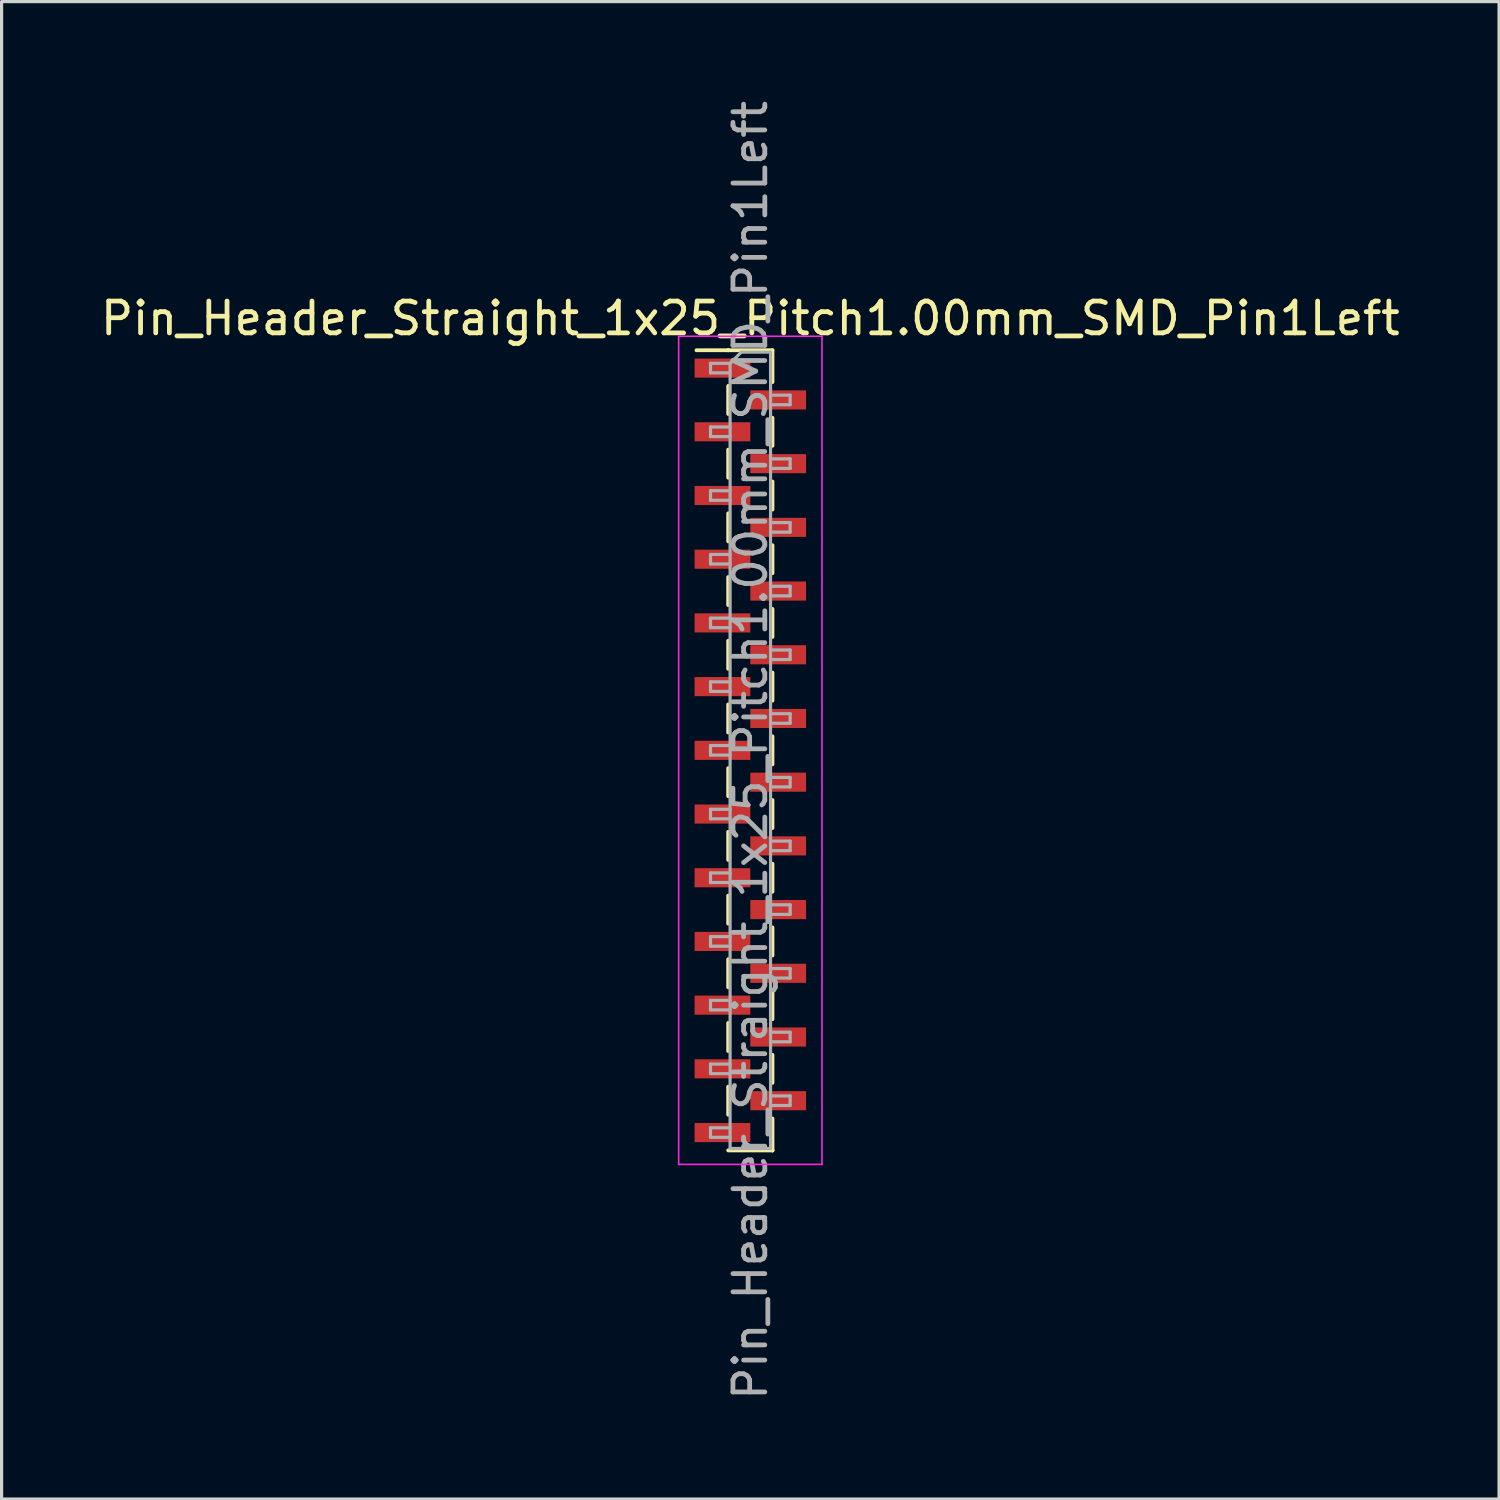
<source format=kicad_pcb>
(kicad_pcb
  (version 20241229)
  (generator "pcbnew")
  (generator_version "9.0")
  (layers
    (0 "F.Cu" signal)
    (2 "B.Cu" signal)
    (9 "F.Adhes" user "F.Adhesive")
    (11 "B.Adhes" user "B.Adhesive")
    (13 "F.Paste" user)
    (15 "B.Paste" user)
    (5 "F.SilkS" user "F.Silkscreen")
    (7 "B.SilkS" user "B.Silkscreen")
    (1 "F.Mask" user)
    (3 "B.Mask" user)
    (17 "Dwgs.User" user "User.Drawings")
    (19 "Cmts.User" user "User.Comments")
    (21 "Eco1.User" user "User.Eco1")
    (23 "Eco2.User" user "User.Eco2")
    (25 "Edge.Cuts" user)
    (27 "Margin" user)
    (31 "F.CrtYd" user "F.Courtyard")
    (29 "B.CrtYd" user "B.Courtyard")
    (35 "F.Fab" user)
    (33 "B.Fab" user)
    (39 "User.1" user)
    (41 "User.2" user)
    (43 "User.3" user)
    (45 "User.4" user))
  (footprint "Pin_Header_Straight_1x25_Pitch1.00mm_SMD_Pin1Left"
    (layer "F.Cu")
    (at 20.506 20.506)
    (property "Reference" "Pin_Header_Straight_1x25_Pitch1.00mm_SMD_Pin1Left" (at 0 -13.56 0) (layer "F.SilkS") (effects (font (size 1 1) (thickness 0.15))))
    (attr smd)
    (fp_line (start -0.695 -12.56) (end -1.69 -12.56) (stroke (width 0.12) (type solid)) (layer "F.SilkS"))
    (fp_line (start -0.695 -12.56) (end -0.695 -12.56) (stroke (width 0.12) (type solid)) (layer "F.SilkS"))
    (fp_line (start -0.695 -12.56) (end 0.695 -12.56) (stroke (width 0.12) (type solid)) (layer "F.SilkS"))
    (fp_line (start -0.695 -11.44) (end -0.695 -10.56) (stroke (width 0.12) (type solid)) (layer "F.SilkS"))
    (fp_line (start -0.695 -9.44) (end -0.695 -8.56) (stroke (width 0.12) (type solid)) (layer "F.SilkS"))
    (fp_line (start -0.695 -7.44) (end -0.695 -6.56) (stroke (width 0.12) (type solid)) (layer "F.SilkS"))
    (fp_line (start -0.695 -5.44) (end -0.695 -4.56) (stroke (width 0.12) (type solid)) (layer "F.SilkS"))
    (fp_line (start -0.695 -3.44) (end -0.695 -2.56) (stroke (width 0.12) (type solid)) (layer "F.SilkS"))
    (fp_line (start -0.695 -1.44) (end -0.695 -0.56) (stroke (width 0.12) (type solid)) (layer "F.SilkS"))
    (fp_line (start -0.695 0.56) (end -0.695 1.44) (stroke (width 0.12) (type solid)) (layer "F.SilkS"))
    (fp_line (start -0.695 2.56) (end -0.695 3.44) (stroke (width 0.12) (type solid)) (layer "F.SilkS"))
    (fp_line (start -0.695 4.56) (end -0.695 5.44) (stroke (width 0.12) (type solid)) (layer "F.SilkS"))
    (fp_line (start -0.695 6.56) (end -0.695 7.44) (stroke (width 0.12) (type solid)) (layer "F.SilkS"))
    (fp_line (start -0.695 8.56) (end -0.695 9.44) (stroke (width 0.12) (type solid)) (layer "F.SilkS"))
    (fp_line (start -0.695 10.56) (end -0.695 11.44) (stroke (width 0.12) (type solid)) (layer "F.SilkS"))
    (fp_line (start -0.695 12.56) (end 0.695 12.56) (stroke (width 0.12) (type solid)) (layer "F.SilkS"))
    (fp_line (start 0.695 -12.56) (end 0.695 -11.56) (stroke (width 0.12) (type solid)) (layer "F.SilkS"))
    (fp_line (start 0.695 -10.44) (end 0.695 -9.56) (stroke (width 0.12) (type solid)) (layer "F.SilkS"))
    (fp_line (start 0.695 -8.44) (end 0.695 -7.56) (stroke (width 0.12) (type solid)) (layer "F.SilkS"))
    (fp_line (start 0.695 -6.44) (end 0.695 -5.56) (stroke (width 0.12) (type solid)) (layer "F.SilkS"))
    (fp_line (start 0.695 -4.44) (end 0.695 -3.56) (stroke (width 0.12) (type solid)) (layer "F.SilkS"))
    (fp_line (start 0.695 -2.44) (end 0.695 -1.56) (stroke (width 0.12) (type solid)) (layer "F.SilkS"))
    (fp_line (start 0.695 -0.44) (end 0.695 0.44) (stroke (width 0.12) (type solid)) (layer "F.SilkS"))
    (fp_line (start 0.695 1.56) (end 0.695 2.44) (stroke (width 0.12) (type solid)) (layer "F.SilkS"))
    (fp_line (start 0.695 3.56) (end 0.695 4.44) (stroke (width 0.12) (type solid)) (layer "F.SilkS"))
    (fp_line (start 0.695 5.56) (end 0.695 6.44) (stroke (width 0.12) (type solid)) (layer "F.SilkS"))
    (fp_line (start 0.695 7.56) (end 0.695 8.44) (stroke (width 0.12) (type solid)) (layer "F.SilkS"))
    (fp_line (start 0.695 9.56) (end 0.695 10.44) (stroke (width 0.12) (type solid)) (layer "F.SilkS"))
    (fp_line (start 0.695 11.56) (end 0.695 12.56) (stroke (width 0.12) (type solid)) (layer "F.SilkS"))
    (fp_line (start 0.695 12.56) (end 0.695 12.56) (stroke (width 0.12) (type solid)) (layer "F.SilkS"))
    (fp_line (start -2.25 -13) (end -2.25 13) (stroke (width 0.05) (type solid)) (layer "F.CrtYd"))
    (fp_line (start -2.25 13) (end 2.25 13) (stroke (width 0.05) (type solid)) (layer "F.CrtYd"))
    (fp_line (start 2.25 -13) (end -2.25 -13) (stroke (width 0.05) (type solid)) (layer "F.CrtYd"))
    (fp_line (start 2.25 13) (end 2.25 -13) (stroke (width 0.05) (type solid)) (layer "F.CrtYd"))
    (fp_line (start -1.25 -12.15) (end -1.25 -11.85) (stroke (width 0.1) (type solid)) (layer "F.Fab"))
    (fp_line (start -1.25 -11.85) (end -0.635 -11.85) (stroke (width 0.1) (type solid)) (layer "F.Fab"))
    (fp_line (start -1.25 -10.15) (end -1.25 -9.85) (stroke (width 0.1) (type solid)) (layer "F.Fab"))
    (fp_line (start -1.25 -9.85) (end -0.635 -9.85) (stroke (width 0.1) (type solid)) (layer "F.Fab"))
    (fp_line (start -1.25 -8.15) (end -1.25 -7.85) (stroke (width 0.1) (type solid)) (layer "F.Fab"))
    (fp_line (start -1.25 -7.85) (end -0.635 -7.85) (stroke (width 0.1) (type solid)) (layer "F.Fab"))
    (fp_line (start -1.25 -6.15) (end -1.25 -5.85) (stroke (width 0.1) (type solid)) (layer "F.Fab"))
    (fp_line (start -1.25 -5.85) (end -0.635 -5.85) (stroke (width 0.1) (type solid)) (layer "F.Fab"))
    (fp_line (start -1.25 -4.15) (end -1.25 -3.85) (stroke (width 0.1) (type solid)) (layer "F.Fab"))
    (fp_line (start -1.25 -3.85) (end -0.635 -3.85) (stroke (width 0.1) (type solid)) (layer "F.Fab"))
    (fp_line (start -1.25 -2.15) (end -1.25 -1.85) (stroke (width 0.1) (type solid)) (layer "F.Fab"))
    (fp_line (start -1.25 -1.85) (end -0.635 -1.85) (stroke (width 0.1) (type solid)) (layer "F.Fab"))
    (fp_line (start -1.25 -0.15) (end -1.25 0.15) (stroke (width 0.1) (type solid)) (layer "F.Fab"))
    (fp_line (start -1.25 0.15) (end -0.635 0.15) (stroke (width 0.1) (type solid)) (layer "F.Fab"))
    (fp_line (start -1.25 1.85) (end -1.25 2.15) (stroke (width 0.1) (type solid)) (layer "F.Fab"))
    (fp_line (start -1.25 2.15) (end -0.635 2.15) (stroke (width 0.1) (type solid)) (layer "F.Fab"))
    (fp_line (start -1.25 3.85) (end -1.25 4.15) (stroke (width 0.1) (type solid)) (layer "F.Fab"))
    (fp_line (start -1.25 4.15) (end -0.635 4.15) (stroke (width 0.1) (type solid)) (layer "F.Fab"))
    (fp_line (start -1.25 5.85) (end -1.25 6.15) (stroke (width 0.1) (type solid)) (layer "F.Fab"))
    (fp_line (start -1.25 6.15) (end -0.635 6.15) (stroke (width 0.1) (type solid)) (layer "F.Fab"))
    (fp_line (start -1.25 7.85) (end -1.25 8.15) (stroke (width 0.1) (type solid)) (layer "F.Fab"))
    (fp_line (start -1.25 8.15) (end -0.635 8.15) (stroke (width 0.1) (type solid)) (layer "F.Fab"))
    (fp_line (start -1.25 9.85) (end -1.25 10.15) (stroke (width 0.1) (type solid)) (layer "F.Fab"))
    (fp_line (start -1.25 10.15) (end -0.635 10.15) (stroke (width 0.1) (type solid)) (layer "F.Fab"))
    (fp_line (start -1.25 11.85) (end -1.25 12.15) (stroke (width 0.1) (type solid)) (layer "F.Fab"))
    (fp_line (start -1.25 12.15) (end -0.635 12.15) (stroke (width 0.1) (type solid)) (layer "F.Fab"))
    (fp_line (start -0.635 -12.15) (end -1.25 -12.15) (stroke (width 0.1) (type solid)) (layer "F.Fab"))
    (fp_line (start -0.635 -12.15) (end -0.285 -12.5) (stroke (width 0.1) (type solid)) (layer "F.Fab"))
    (fp_line (start -0.635 -10.15) (end -1.25 -10.15) (stroke (width 0.1) (type solid)) (layer "F.Fab"))
    (fp_line (start -0.635 -8.15) (end -1.25 -8.15) (stroke (width 0.1) (type solid)) (layer "F.Fab"))
    (fp_line (start -0.635 -6.15) (end -1.25 -6.15) (stroke (width 0.1) (type solid)) (layer "F.Fab"))
    (fp_line (start -0.635 -4.15) (end -1.25 -4.15) (stroke (width 0.1) (type solid)) (layer "F.Fab"))
    (fp_line (start -0.635 -2.15) (end -1.25 -2.15) (stroke (width 0.1) (type solid)) (layer "F.Fab"))
    (fp_line (start -0.635 -0.15) (end -1.25 -0.15) (stroke (width 0.1) (type solid)) (layer "F.Fab"))
    (fp_line (start -0.635 1.85) (end -1.25 1.85) (stroke (width 0.1) (type solid)) (layer "F.Fab"))
    (fp_line (start -0.635 3.85) (end -1.25 3.85) (stroke (width 0.1) (type solid)) (layer "F.Fab"))
    (fp_line (start -0.635 5.85) (end -1.25 5.85) (stroke (width 0.1) (type solid)) (layer "F.Fab"))
    (fp_line (start -0.635 7.85) (end -1.25 7.85) (stroke (width 0.1) (type solid)) (layer "F.Fab"))
    (fp_line (start -0.635 9.85) (end -1.25 9.85) (stroke (width 0.1) (type solid)) (layer "F.Fab"))
    (fp_line (start -0.635 11.85) (end -1.25 11.85) (stroke (width 0.1) (type solid)) (layer "F.Fab"))
    (fp_line (start -0.635 12.5) (end -0.635 -12.15) (stroke (width 0.1) (type solid)) (layer "F.Fab"))
    (fp_line (start -0.285 -12.5) (end 0.635 -12.5) (stroke (width 0.1) (type solid)) (layer "F.Fab"))
    (fp_line (start 0.635 -12.5) (end 0.635 12.5) (stroke (width 0.1) (type solid)) (layer "F.Fab"))
    (fp_line (start 0.635 -11.15) (end 1.25 -11.15) (stroke (width 0.1) (type solid)) (layer "F.Fab"))
    (fp_line (start 0.635 -9.15) (end 1.25 -9.15) (stroke (width 0.1) (type solid)) (layer "F.Fab"))
    (fp_line (start 0.635 -7.15) (end 1.25 -7.15) (stroke (width 0.1) (type solid)) (layer "F.Fab"))
    (fp_line (start 0.635 -5.15) (end 1.25 -5.15) (stroke (width 0.1) (type solid)) (layer "F.Fab"))
    (fp_line (start 0.635 -3.15) (end 1.25 -3.15) (stroke (width 0.1) (type solid)) (layer "F.Fab"))
    (fp_line (start 0.635 -1.15) (end 1.25 -1.15) (stroke (width 0.1) (type solid)) (layer "F.Fab"))
    (fp_line (start 0.635 0.85) (end 1.25 0.85) (stroke (width 0.1) (type solid)) (layer "F.Fab"))
    (fp_line (start 0.635 2.85) (end 1.25 2.85) (stroke (width 0.1) (type solid)) (layer "F.Fab"))
    (fp_line (start 0.635 4.85) (end 1.25 4.85) (stroke (width 0.1) (type solid)) (layer "F.Fab"))
    (fp_line (start 0.635 6.85) (end 1.25 6.85) (stroke (width 0.1) (type solid)) (layer "F.Fab"))
    (fp_line (start 0.635 8.85) (end 1.25 8.85) (stroke (width 0.1) (type solid)) (layer "F.Fab"))
    (fp_line (start 0.635 10.85) (end 1.25 10.85) (stroke (width 0.1) (type solid)) (layer "F.Fab"))
    (fp_line (start 0.635 12.5) (end -0.635 12.5) (stroke (width 0.1) (type solid)) (layer "F.Fab"))
    (fp_line (start 1.25 -11.15) (end 1.25 -10.85) (stroke (width 0.1) (type solid)) (layer "F.Fab"))
    (fp_line (start 1.25 -10.85) (end 0.635 -10.85) (stroke (width 0.1) (type solid)) (layer "F.Fab"))
    (fp_line (start 1.25 -9.15) (end 1.25 -8.85) (stroke (width 0.1) (type solid)) (layer "F.Fab"))
    (fp_line (start 1.25 -8.85) (end 0.635 -8.85) (stroke (width 0.1) (type solid)) (layer "F.Fab"))
    (fp_line (start 1.25 -7.15) (end 1.25 -6.85) (stroke (width 0.1) (type solid)) (layer "F.Fab"))
    (fp_line (start 1.25 -6.85) (end 0.635 -6.85) (stroke (width 0.1) (type solid)) (layer "F.Fab"))
    (fp_line (start 1.25 -5.15) (end 1.25 -4.85) (stroke (width 0.1) (type solid)) (layer "F.Fab"))
    (fp_line (start 1.25 -4.85) (end 0.635 -4.85) (stroke (width 0.1) (type solid)) (layer "F.Fab"))
    (fp_line (start 1.25 -3.15) (end 1.25 -2.85) (stroke (width 0.1) (type solid)) (layer "F.Fab"))
    (fp_line (start 1.25 -2.85) (end 0.635 -2.85) (stroke (width 0.1) (type solid)) (layer "F.Fab"))
    (fp_line (start 1.25 -1.15) (end 1.25 -0.85) (stroke (width 0.1) (type solid)) (layer "F.Fab"))
    (fp_line (start 1.25 -0.85) (end 0.635 -0.85) (stroke (width 0.1) (type solid)) (layer "F.Fab"))
    (fp_line (start 1.25 0.85) (end 1.25 1.15) (stroke (width 0.1) (type solid)) (layer "F.Fab"))
    (fp_line (start 1.25 1.15) (end 0.635 1.15) (stroke (width 0.1) (type solid)) (layer "F.Fab"))
    (fp_line (start 1.25 2.85) (end 1.25 3.15) (stroke (width 0.1) (type solid)) (layer "F.Fab"))
    (fp_line (start 1.25 3.15) (end 0.635 3.15) (stroke (width 0.1) (type solid)) (layer "F.Fab"))
    (fp_line (start 1.25 4.85) (end 1.25 5.15) (stroke (width 0.1) (type solid)) (layer "F.Fab"))
    (fp_line (start 1.25 5.15) (end 0.635 5.15) (stroke (width 0.1) (type solid)) (layer "F.Fab"))
    (fp_line (start 1.25 6.85) (end 1.25 7.15) (stroke (width 0.1) (type solid)) (layer "F.Fab"))
    (fp_line (start 1.25 7.15) (end 0.635 7.15) (stroke (width 0.1) (type solid)) (layer "F.Fab"))
    (fp_line (start 1.25 8.85) (end 1.25 9.15) (stroke (width 0.1) (type solid)) (layer "F.Fab"))
    (fp_line (start 1.25 9.15) (end 0.635 9.15) (stroke (width 0.1) (type solid)) (layer "F.Fab"))
    (fp_line (start 1.25 10.85) (end 1.25 11.15) (stroke (width 0.1) (type solid)) (layer "F.Fab"))
    (fp_line (start 1.25 11.15) (end 0.635 11.15) (stroke (width 0.1) (type solid)) (layer "F.Fab"))
    (fp_text user "${REFERENCE}" (at 0 0 90) (layer "F.Fab") (effects (font (size 1 1) (thickness 0.15))))
    (pad "1" smd rect (at -0.875 -12) (size 1.75 0.6) (layers "F.Cu" "F.Mask" "F.Paste"))
    (pad "2" smd rect (at 0.875 -11) (size 1.75 0.6) (layers "F.Cu" "F.Mask" "F.Paste"))
    (pad "3" smd rect (at -0.875 -10) (size 1.75 0.6) (layers "F.Cu" "F.Mask" "F.Paste"))
    (pad "4" smd rect (at 0.875 -9) (size 1.75 0.6) (layers "F.Cu" "F.Mask" "F.Paste"))
    (pad "5" smd rect (at -0.875 -8) (size 1.75 0.6) (layers "F.Cu" "F.Mask" "F.Paste"))
    (pad "6" smd rect (at 0.875 -7) (size 1.75 0.6) (layers "F.Cu" "F.Mask" "F.Paste"))
    (pad "7" smd rect (at -0.875 -6) (size 1.75 0.6) (layers "F.Cu" "F.Mask" "F.Paste"))
    (pad "8" smd rect (at 0.875 -5) (size 1.75 0.6) (layers "F.Cu" "F.Mask" "F.Paste"))
    (pad "9" smd rect (at -0.875 -4) (size 1.75 0.6) (layers "F.Cu" "F.Mask" "F.Paste"))
    (pad "10" smd rect (at 0.875 -3) (size 1.75 0.6) (layers "F.Cu" "F.Mask" "F.Paste"))
    (pad "11" smd rect (at -0.875 -2) (size 1.75 0.6) (layers "F.Cu" "F.Mask" "F.Paste"))
    (pad "12" smd rect (at 0.875 -1) (size 1.75 0.6) (layers "F.Cu" "F.Mask" "F.Paste"))
    (pad "13" smd rect (at -0.875 0) (size 1.75 0.6) (layers "F.Cu" "F.Mask" "F.Paste"))
    (pad "14" smd rect (at 0.875 1) (size 1.75 0.6) (layers "F.Cu" "F.Mask" "F.Paste"))
    (pad "15" smd rect (at -0.875 2) (size 1.75 0.6) (layers "F.Cu" "F.Mask" "F.Paste"))
    (pad "16" smd rect (at 0.875 3) (size 1.75 0.6) (layers "F.Cu" "F.Mask" "F.Paste"))
    (pad "17" smd rect (at -0.875 4) (size 1.75 0.6) (layers "F.Cu" "F.Mask" "F.Paste"))
    (pad "18" smd rect (at 0.875 5) (size 1.75 0.6) (layers "F.Cu" "F.Mask" "F.Paste"))
    (pad "19" smd rect (at -0.875 6) (size 1.75 0.6) (layers "F.Cu" "F.Mask" "F.Paste"))
    (pad "20" smd rect (at 0.875 7) (size 1.75 0.6) (layers "F.Cu" "F.Mask" "F.Paste"))
    (pad "21" smd rect (at -0.875 8) (size 1.75 0.6) (layers "F.Cu" "F.Mask" "F.Paste"))
    (pad "22" smd rect (at 0.875 9) (size 1.75 0.6) (layers "F.Cu" "F.Mask" "F.Paste"))
    (pad "23" smd rect (at -0.875 10) (size 1.75 0.6) (layers "F.Cu" "F.Mask" "F.Paste"))
    (pad "24" smd rect (at 0.875 11) (size 1.75 0.6) (layers "F.Cu" "F.Mask" "F.Paste"))
    (pad "25" smd rect (at -0.875 12) (size 1.75 0.6) (layers "F.Cu" "F.Mask" "F.Paste")))
  (gr_rect
    (start -3 -3)
    (end 44.012 44.012)
    (stroke (width 0.1) (type default))
    (fill no)
    (layer "Edge.Cuts")))
</source>
